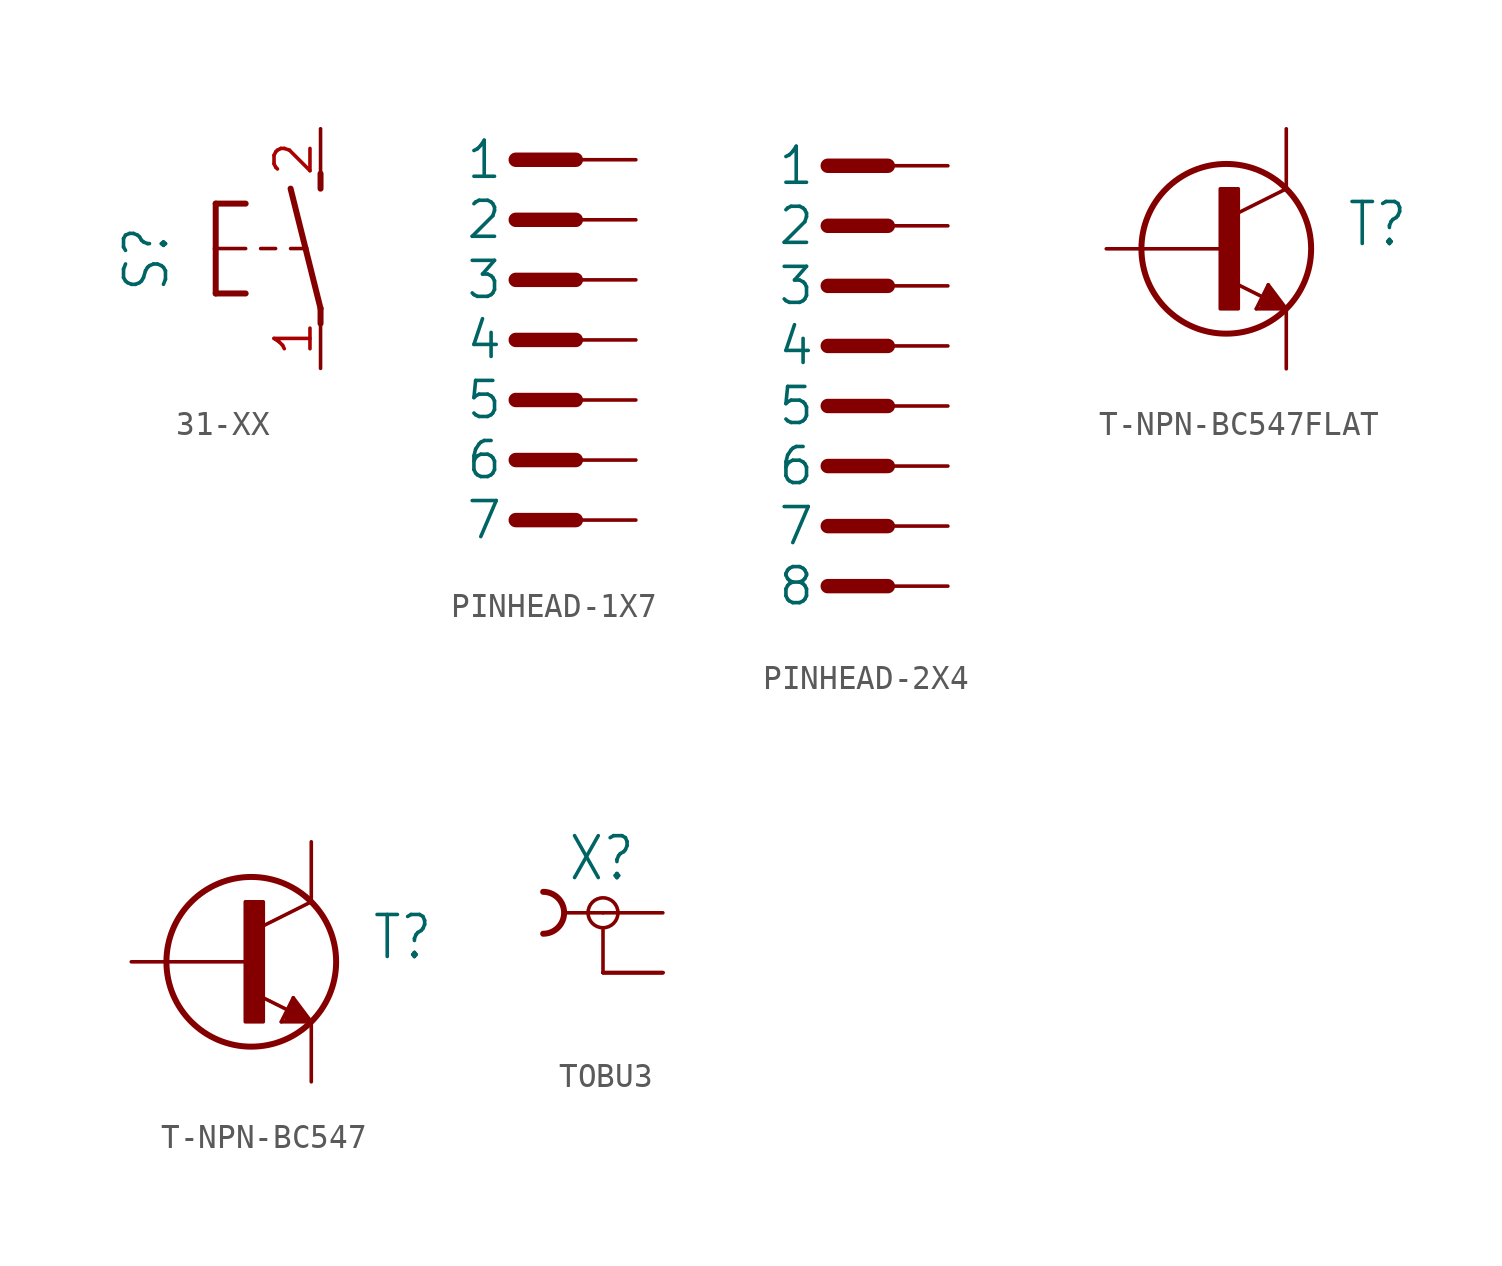
<source format=kicad_sym>
(kicad_symbol_lib
  (version 20241209)
  (generator "kicad_symbol_editor")
  (generator_version "9.0")
  (symbol "31-XX"
    (property "Reference" "S"
      (at -6.35 -1.905 90)
      (effects (font (size 1.778 1.511)) (justify left bottom)))
    (property "Value" ""
      (at -3.81 3.175 90)
      (effects (font (size 1.778 1.511)) (justify left bottom)))
    (property "ki_locked" ""
      (at 0 0 0)
      (effects (font (size 1.27 1.27))))
    (symbol "31-XX_1_0"
      (polyline (pts (xy -4.445 1.905) (xy -4.445 0)) (stroke (width 0.254) (type solid)) (fill (type none)))
      (polyline (pts (xy -4.445 1.905) (xy -3.175 1.905)) (stroke (width 0.254) (type solid)) (fill (type none)))
      (polyline (pts (xy -4.445 0) (xy -4.445 -1.905)) (stroke (width 0.254) (type solid)) (fill (type none)))
      (polyline (pts (xy -4.445 0) (xy -3.175 0)) (stroke (width 0.152) (type solid)) (fill (type none)))
      (polyline (pts (xy -4.445 -1.905) (xy -3.175 -1.905)) (stroke (width 0.254) (type solid)) (fill (type none)))
      (polyline (pts (xy -2.54 0) (xy -1.905 0)) (stroke (width 0.152) (type solid)) (fill (type none)))
      (polyline (pts (xy -1.27 0) (xy -0.635 0)) (stroke (width 0.152) (type solid)) (fill (type none)))
      (polyline (pts (xy -0.635 0) (xy -1.27 2.54)) (stroke (width 0.254) (type solid)) (fill (type none)))
      (polyline (pts (xy 0 2.54) (xy 0 3.175)) (stroke (width 0.254) (type solid)) (fill (type none)))
      (polyline (pts (xy 0 -2.54) (xy -0.635 0)) (stroke (width 0.254) (type solid)) (fill (type none)))
      (polyline (pts (xy 0 -3.175) (xy 0 -2.54)) (stroke (width 0.254) (type solid)) (fill (type none)))
      (pin passive line (at 0 5.08 270) (length 2.54) (name "S" (effects (font (size 0 0)))) (number "2" (effects (font (size 1.524 1.524)))))
      (pin passive line (at 0 -5.08 90) (length 2.54) (name "P" (effects (font (size 0 0)))) (number "1" (effects (font (size 1.524 1.524)))))))
  (symbol "PINHEAD-1X7"
    (property "Reference" "K"
      (at 0 0 0)
      (effects (font (size 1.27 1.27)) (hide yes)))
    (property "ki_locked" ""
      (at 0 0 0)
      (effects (font (size 1.27 1.27))))
    (symbol "PINHEAD-1X7_1_0"
      (polyline (pts (xy -5.08 7.62) (xy -2.54 7.62)) (stroke (width 0.61) (type solid)) (fill (type none)))
      (polyline (pts (xy -5.08 5.08) (xy -2.54 5.08)) (stroke (width 0.61) (type solid)) (fill (type none)))
      (polyline (pts (xy -5.08 2.54) (xy -2.54 2.54)) (stroke (width 0.61) (type solid)) (fill (type none)))
      (polyline (pts (xy -5.08 0) (xy -2.54 0)) (stroke (width 0.61) (type solid)) (fill (type none)))
      (polyline (pts (xy -5.08 -2.54) (xy -2.54 -2.54)) (stroke (width 0.61) (type solid)) (fill (type none)))
      (polyline (pts (xy -5.08 -5.08) (xy -2.54 -5.08)) (stroke (width 0.61) (type solid)) (fill (type none)))
      (polyline (pts (xy -5.08 -7.62) (xy -2.54 -7.62)) (stroke (width 0.61) (type solid)) (fill (type none)))
      (pin bidirectional line (at 0 7.62 180) (length 5.08) (name "1" (effects (font (size 1.524 1.524)))) (number "1" (effects (font (size 0 0)))))
      (pin bidirectional line (at 0 5.08 180) (length 5.08) (name "2" (effects (font (size 1.524 1.524)))) (number "2" (effects (font (size 0 0)))))
      (pin bidirectional line (at 0 2.54 180) (length 5.08) (name "3" (effects (font (size 1.524 1.524)))) (number "3" (effects (font (size 0 0)))))
      (pin bidirectional line (at 0 0 180) (length 5.08) (name "4" (effects (font (size 1.524 1.524)))) (number "4" (effects (font (size 0 0)))))
      (pin bidirectional line (at 0 -2.54 180) (length 5.08) (name "5" (effects (font (size 1.524 1.524)))) (number "5" (effects (font (size 0 0)))))
      (pin bidirectional line (at 0 -5.08 180) (length 5.08) (name "6" (effects (font (size 1.524 1.524)))) (number "6" (effects (font (size 0 0)))))
      (pin bidirectional line (at 0 -7.62 180) (length 5.08) (name "7" (effects (font (size 1.524 1.524)))) (number "7" (effects (font (size 0 0)))))))
  (symbol "PINHEAD-2X4"
    (property "Reference" "K"
      (at 0 0 0)
      (effects (font (size 1.27 1.27)) (hide yes)))
    (property "ki_locked" ""
      (at 0 0 0)
      (effects (font (size 1.27 1.27))))
    (symbol "PINHEAD-2X4_1_0"
      (polyline (pts (xy -5.08 7.62) (xy -2.54 7.62)) (stroke (width 0.61) (type solid)) (fill (type none)))
      (polyline (pts (xy -5.08 5.08) (xy -2.54 5.08)) (stroke (width 0.61) (type solid)) (fill (type none)))
      (polyline (pts (xy -5.08 2.54) (xy -2.54 2.54)) (stroke (width 0.61) (type solid)) (fill (type none)))
      (polyline (pts (xy -5.08 0) (xy -2.54 0)) (stroke (width 0.61) (type solid)) (fill (type none)))
      (polyline (pts (xy -5.08 -2.54) (xy -2.54 -2.54)) (stroke (width 0.61) (type solid)) (fill (type none)))
      (polyline (pts (xy -5.08 -5.08) (xy -2.54 -5.08)) (stroke (width 0.61) (type solid)) (fill (type none)))
      (polyline (pts (xy -5.08 -7.62) (xy -2.54 -7.62)) (stroke (width 0.61) (type solid)) (fill (type none)))
      (polyline (pts (xy -5.08 -10.16) (xy -2.54 -10.16)) (stroke (width 0.61) (type solid)) (fill (type none)))
      (pin bidirectional line (at 0 7.62 180) (length 5.08) (name "1" (effects (font (size 1.524 1.524)))) (number "1" (effects (font (size 0 0)))))
      (pin bidirectional line (at 0 5.08 180) (length 5.08) (name "2" (effects (font (size 1.524 1.524)))) (number "2" (effects (font (size 0 0)))))
      (pin bidirectional line (at 0 2.54 180) (length 5.08) (name "3" (effects (font (size 1.524 1.524)))) (number "3" (effects (font (size 0 0)))))
      (pin bidirectional line (at 0 0 180) (length 5.08) (name "4" (effects (font (size 1.524 1.524)))) (number "4" (effects (font (size 0 0)))))
      (pin bidirectional line (at 0 -2.54 180) (length 5.08) (name "5" (effects (font (size 1.524 1.524)))) (number "5" (effects (font (size 0 0)))))
      (pin bidirectional line (at 0 -5.08 180) (length 5.08) (name "6" (effects (font (size 1.524 1.524)))) (number "6" (effects (font (size 0 0)))))
      (pin bidirectional line (at 0 -7.62 180) (length 5.08) (name "7" (effects (font (size 1.524 1.524)))) (number "7" (effects (font (size 0 0)))))
      (pin bidirectional line (at 0 -10.16 180) (length 5.08) (name "8" (effects (font (size 1.524 1.524)))) (number "8" (effects (font (size 0 0)))))))
  (symbol "T-NPN-BC547FLAT"
    (property "Reference" "T"
      (at 5.08 0 0)
      (effects (font (size 1.778 1.511)) (justify left bottom)))
    (property "Value" ""
      (at 5.08 -2.54 0)
      (effects (font (size 1.778 1.511)) (justify left bottom)))
    (property "ki_locked" ""
      (at 0 0 0)
      (effects (font (size 1.27 1.27))))
    (symbol "T-NPN-BC547FLAT_1_0"
      (rectangle (start -0.254 -2.54) (end 0.508 2.54) (stroke (width 0) (type default)) (fill (type outline)))
      (circle (center 0 0) (radius 3.592) (stroke (width 0.254) (type solid)) (fill (type none)))
      (polyline (pts (xy 1.27 -2.54) (xy 1.778 -1.524)) (stroke (width 0.152) (type solid)) (fill (type none)))
      (polyline (pts (xy 1.524 -2.286) (xy 1.905 -2.286)) (stroke (width 0.254) (type solid)) (fill (type none)))
      (polyline (pts (xy 1.524 -2.413) (xy 2.286 -2.413)) (stroke (width 0.254) (type solid)) (fill (type none)))
      (polyline (pts (xy 1.54 -2.04) (xy 0.308 -1.424)) (stroke (width 0.152) (type solid)) (fill (type none)))
      (polyline (pts (xy 1.778 -1.524) (xy 2.54 -2.54)) (stroke (width 0.152) (type solid)) (fill (type none)))
      (polyline (pts (xy 1.778 -1.778) (xy 1.524 -2.286)) (stroke (width 0.254) (type solid)) (fill (type none)))
      (polyline (pts (xy 1.905 -2.286) (xy 1.778 -2.032)) (stroke (width 0.254) (type solid)) (fill (type none)))
      (polyline (pts (xy 2.286 -2.413) (xy 1.778 -1.778)) (stroke (width 0.254) (type solid)) (fill (type none)))
      (polyline (pts (xy 2.54 2.54) (xy 0.508 1.524)) (stroke (width 0.152) (type solid)) (fill (type none)))
      (polyline (pts (xy 2.54 -2.54) (xy 1.27 -2.54)) (stroke (width 0.152) (type solid)) (fill (type none)))
      (pin passive line (at -5.08 0 0) (length 5.08) (name "B" (effects (font (size 0 0)))) (number "B" (effects (font (size 0 0)))))
      (pin passive line (at 2.54 5.08 270) (length 2.54) (name "C" (effects (font (size 0 0)))) (number "C" (effects (font (size 0 0)))))
      (pin passive line (at 2.54 -5.08 90) (length 2.54) (name "E" (effects (font (size 0 0)))) (number "E" (effects (font (size 0 0)))))))
  (symbol "T-NPN-BC547"
    (property "Reference" "T"
      (at 5.08 0 0)
      (effects (font (size 1.778 1.511)) (justify left bottom)))
    (property "Value" ""
      (at 5.08 -2.54 0)
      (effects (font (size 1.778 1.511)) (justify left bottom)))
    (property "ki_locked" ""
      (at 0 0 0)
      (effects (font (size 1.27 1.27))))
    (symbol "T-NPN-BC547_1_0"
      (rectangle (start -0.254 -2.54) (end 0.508 2.54) (stroke (width 0) (type default)) (fill (type outline)))
      (circle (center 0 0) (radius 3.592) (stroke (width 0.254) (type solid)) (fill (type none)))
      (polyline (pts (xy 1.27 -2.54) (xy 1.778 -1.524)) (stroke (width 0.152) (type solid)) (fill (type none)))
      (polyline (pts (xy 1.524 -2.286) (xy 1.905 -2.286)) (stroke (width 0.254) (type solid)) (fill (type none)))
      (polyline (pts (xy 1.524 -2.413) (xy 2.286 -2.413)) (stroke (width 0.254) (type solid)) (fill (type none)))
      (polyline (pts (xy 1.54 -2.04) (xy 0.308 -1.424)) (stroke (width 0.152) (type solid)) (fill (type none)))
      (polyline (pts (xy 1.778 -1.524) (xy 2.54 -2.54)) (stroke (width 0.152) (type solid)) (fill (type none)))
      (polyline (pts (xy 1.778 -1.778) (xy 1.524 -2.286)) (stroke (width 0.254) (type solid)) (fill (type none)))
      (polyline (pts (xy 1.905 -2.286) (xy 1.778 -2.032)) (stroke (width 0.254) (type solid)) (fill (type none)))
      (polyline (pts (xy 2.286 -2.413) (xy 1.778 -1.778)) (stroke (width 0.254) (type solid)) (fill (type none)))
      (polyline (pts (xy 2.54 2.54) (xy 0.508 1.524)) (stroke (width 0.152) (type solid)) (fill (type none)))
      (polyline (pts (xy 2.54 -2.54) (xy 1.27 -2.54)) (stroke (width 0.152) (type solid)) (fill (type none)))
      (pin passive line (at -5.08 0 0) (length 5.08) (name "B" (effects (font (size 0 0)))) (number "B" (effects (font (size 0 0)))))
      (pin passive line (at 2.54 5.08 270) (length 2.54) (name "C" (effects (font (size 0 0)))) (number "C" (effects (font (size 0 0)))))
      (pin passive line (at 2.54 -5.08 90) (length 2.54) (name "E" (effects (font (size 0 0)))) (number "E" (effects (font (size 0 0)))))))
  (symbol "TOBU3"
    (property "Reference" "X"
      (at -1.524 1.27 0)
      (effects (font (size 1.778 1.511)) (justify left bottom)))
    (property "Value" ""
      (at -2.54 -5.08 0)
      (effects (font (size 1.778 1.511)) (justify left bottom)))
    (property "ki_locked" ""
      (at 0 0 0)
      (effects (font (size 1.27 1.27))))
    (symbol "TOBU3_1_0"
      (arc (start -2.54 0.889) (mid -1.651 0) (end -2.54 -0.889) (stroke (width 0.254) (type solid)) (fill (type none)))
      (polyline (pts (xy -1.524 0) (xy 0 0)) (stroke (width 0.152) (type solid)) (fill (type none)))
      (circle (center 0 0) (radius 0.635) (stroke (width 0.152) (type solid)) (fill (type none)))
      (polyline (pts (xy 0 -2.54) (xy 0 -0.635)) (stroke (width 0.152) (type solid)) (fill (type none)))
      (pin passive line (at 2.54 0 180) (length 2.54) (name "1" (effects (font (size 0 0)))) (number "1" (effects (font (size 0 0)))))
      (pin passive line (at 2.54 -2.54 180) (length 2.54) (name "2" (effects (font (size 0 0)))) (number "2" (effects (font (size 0 0)))))
      (pin passive line (at 2.54 -2.54 180) (length 2.54) (name "2" (effects (font (size 0 0)))) (number "2@1" (effects (font (size 0 0)))))
      (pin passive line (at 2.54 -2.54 180) (length 2.54) (name "2" (effects (font (size 0 0)))) (number "2@2" (effects (font (size 0 0))))))))
</source>
